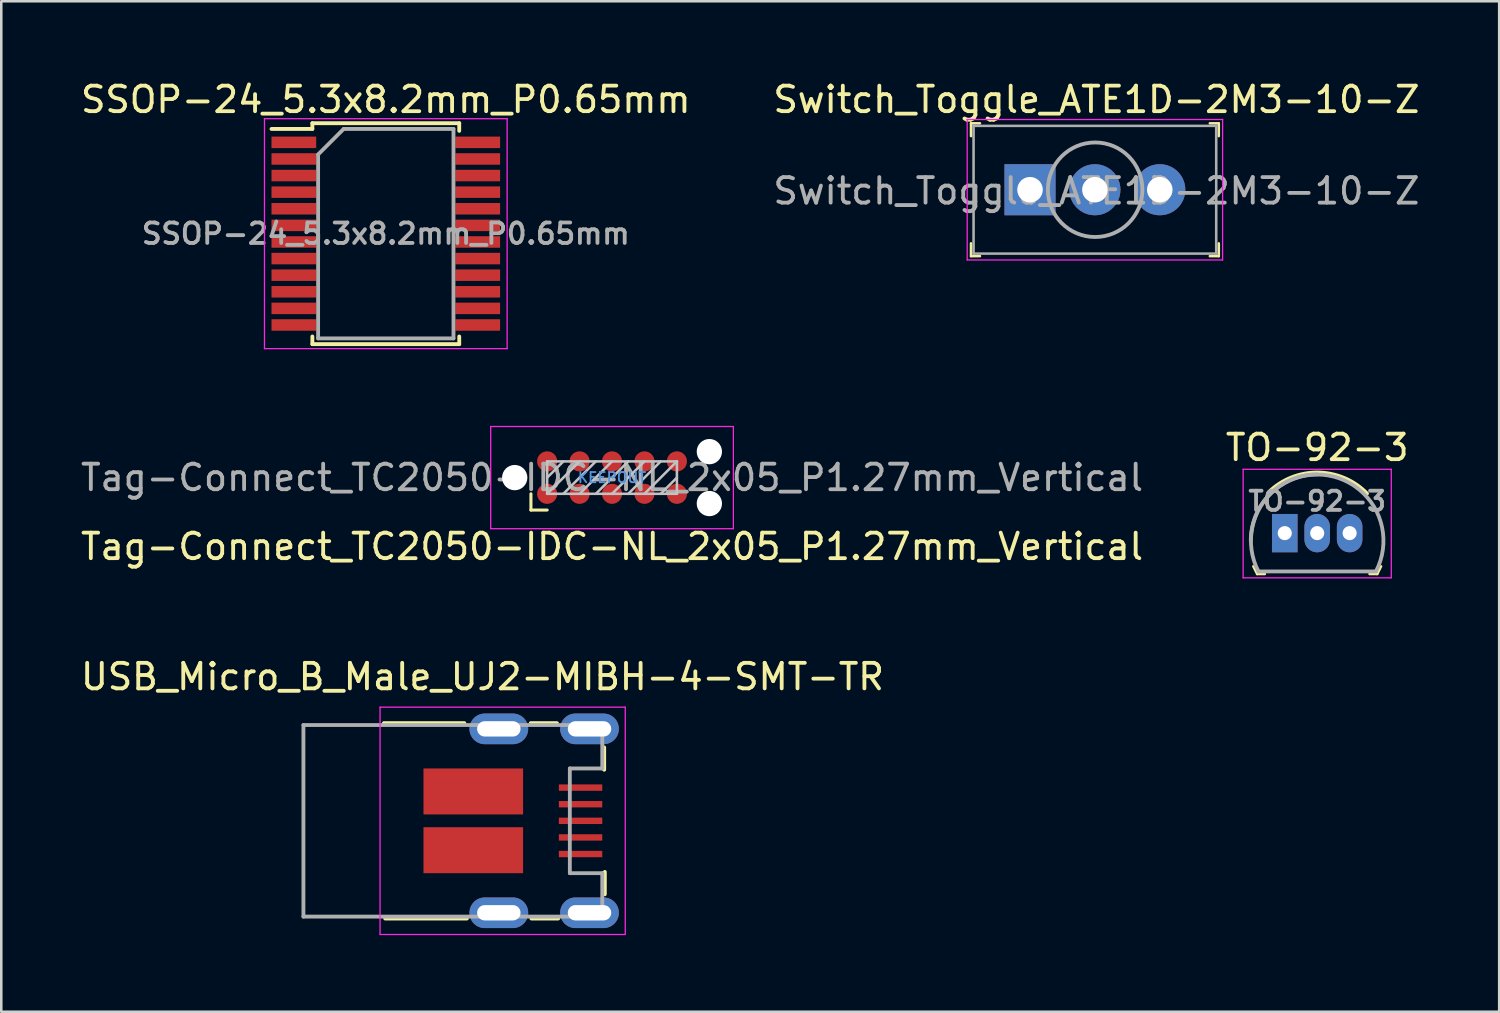
<source format=kicad_pcb>
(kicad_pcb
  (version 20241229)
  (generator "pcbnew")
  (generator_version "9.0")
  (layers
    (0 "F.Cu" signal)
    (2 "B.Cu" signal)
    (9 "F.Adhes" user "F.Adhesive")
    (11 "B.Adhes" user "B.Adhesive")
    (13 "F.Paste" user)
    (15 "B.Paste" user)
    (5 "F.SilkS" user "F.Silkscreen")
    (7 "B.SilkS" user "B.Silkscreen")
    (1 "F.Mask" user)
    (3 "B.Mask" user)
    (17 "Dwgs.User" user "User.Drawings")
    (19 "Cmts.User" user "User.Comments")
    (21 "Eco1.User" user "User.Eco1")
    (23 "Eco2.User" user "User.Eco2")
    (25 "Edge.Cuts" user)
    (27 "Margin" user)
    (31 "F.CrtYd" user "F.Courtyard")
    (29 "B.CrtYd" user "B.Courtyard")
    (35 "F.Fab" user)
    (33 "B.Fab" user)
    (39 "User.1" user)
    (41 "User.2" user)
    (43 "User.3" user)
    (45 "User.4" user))
  (footprint "Switch_Toggle_ATE1D-2M3-10-Z"
    (layer "F.Cu")
    (at 39.815 4.378)
    (property "Reference" "Switch_Toggle_ATE1D-2M3-10-Z" (at 0.06 -3.53 0) (layer "F.SilkS") (effects (font (size 1 1) (thickness 0.15))))
    (attr through_hole)
    (fp_line (start -4.85 -2.6) (end -4.85 -2.1) (stroke (width 0.1) (type solid)) (layer "F.SilkS"))
    (fp_line (start -4.85 -2.6) (end -4.5 -2.6) (stroke (width 0.1) (type solid)) (layer "F.SilkS"))
    (fp_line (start -4.85 2.6) (end -4.85 2.1) (stroke (width 0.1) (type solid)) (layer "F.SilkS"))
    (fp_line (start -4.85 2.6) (end -4.5 2.6) (stroke (width 0.1) (type solid)) (layer "F.SilkS"))
    (fp_line (start 4.85 -2.6) (end 4.5 -2.6) (stroke (width 0.1) (type solid)) (layer "F.SilkS"))
    (fp_line (start 4.85 -2.6) (end 4.85 -2.1) (stroke (width 0.1) (type solid)) (layer "F.SilkS"))
    (fp_line (start 4.85 2.6) (end 4.5 2.6) (stroke (width 0.1) (type solid)) (layer "F.SilkS"))
    (fp_line (start 4.85 2.6) (end 4.85 2.1) (stroke (width 0.1) (type solid)) (layer "F.SilkS"))
    (fp_line (start -5 -2.75) (end 5 -2.75) (stroke (width 0.05) (type solid)) (layer "F.CrtYd"))
    (fp_line (start -5 2.75) (end -5 -2.75) (stroke (width 0.05) (type solid)) (layer "F.CrtYd"))
    (fp_line (start -5 2.75) (end 5 2.75) (stroke (width 0.05) (type solid)) (layer "F.CrtYd"))
    (fp_line (start 5 -2.75) (end 5 2.75) (stroke (width 0.05) (type solid)) (layer "F.CrtYd"))
    (fp_line (start -4.75 -2.5) (end -4.75 2.5) (stroke (width 0.1) (type solid)) (layer "F.Fab"))
    (fp_line (start -4.75 -2.5) (end 4.75 -2.5) (stroke (width 0.1) (type solid)) (layer "F.Fab"))
    (fp_line (start -4.75 2.5) (end 4.75 2.5) (stroke (width 0.1) (type solid)) (layer "F.Fab"))
    (fp_line (start 4.75 -2.5) (end 4.75 2.5) (stroke (width 0.1) (type solid)) (layer "F.Fab"))
    (fp_circle (center 0.01 0) (end 1.46 1.15) (stroke (width 0.15) (type solid)) (fill no) (layer "F.Fab"))
    (fp_text user "${REFERENCE}" (at 0.06 0.05 0) (layer "F.Fab") (effects (font (size 1 1) (thickness 0.15))))
    (pad "1" thru_hole rect (at -2.54 0) (size 2 2) (drill 1) (layers "*.Cu" "*.Mask"))
    (pad "2" thru_hole circle (at 0 0) (size 2 2) (drill 1) (layers "*.Cu" "*.Mask"))
    (pad "3" thru_hole circle (at 2.54 0) (size 2 2) (drill 1) (layers "*.Cu" "*.Mask")))
  (footprint "SSOP-24_5.3x8.2mm_P0.65mm"
    (layer "F.Cu")
    (at 12.054 6.098)
    (property "Reference" "SSOP-24_5.3x8.2mm_P0.65mm" (at 0 -5.25 0) (layer "F.SilkS") (effects (font (size 1 1) (thickness 0.15))))
    (attr smd)
    (fp_line (start -2.875 -4.325) (end -2.875 -4.1) (stroke (width 0.15) (type solid)) (layer "F.SilkS"))
    (fp_line (start -2.875 -4.325) (end 2.875 -4.325) (stroke (width 0.15) (type solid)) (layer "F.SilkS"))
    (fp_line (start -2.875 -4.1) (end -4.475 -4.1) (stroke (width 0.15) (type solid)) (layer "F.SilkS"))
    (fp_line (start -2.875 4.325) (end -2.875 4.025) (stroke (width 0.15) (type solid)) (layer "F.SilkS"))
    (fp_line (start -2.875 4.325) (end 2.875 4.325) (stroke (width 0.15) (type solid)) (layer "F.SilkS"))
    (fp_line (start 2.875 -4.325) (end 2.875 -4.025) (stroke (width 0.15) (type solid)) (layer "F.SilkS"))
    (fp_line (start 2.875 4.325) (end 2.875 4.025) (stroke (width 0.15) (type solid)) (layer "F.SilkS"))
    (fp_line (start -4.75 -4.5) (end -4.75 4.5) (stroke (width 0.05) (type solid)) (layer "F.CrtYd"))
    (fp_line (start -4.75 -4.5) (end 4.75 -4.5) (stroke (width 0.05) (type solid)) (layer "F.CrtYd"))
    (fp_line (start -4.75 4.5) (end 4.75 4.5) (stroke (width 0.05) (type solid)) (layer "F.CrtYd"))
    (fp_line (start 4.75 -4.5) (end 4.75 4.5) (stroke (width 0.05) (type solid)) (layer "F.CrtYd"))
    (fp_line (start -2.65 -3.1) (end -1.65 -4.1) (stroke (width 0.15) (type solid)) (layer "F.Fab"))
    (fp_line (start -2.65 4.1) (end -2.65 -3.1) (stroke (width 0.15) (type solid)) (layer "F.Fab"))
    (fp_line (start -1.65 -4.1) (end 2.65 -4.1) (stroke (width 0.15) (type solid)) (layer "F.Fab"))
    (fp_line (start 2.65 -4.1) (end 2.65 4.1) (stroke (width 0.15) (type solid)) (layer "F.Fab"))
    (fp_line (start 2.65 4.1) (end -2.65 4.1) (stroke (width 0.15) (type solid)) (layer "F.Fab"))
    (fp_text user "${REFERENCE}" (at 0 0 0) (layer "F.Fab") (effects (font (size 0.8 0.8) (thickness 0.15))))
    (pad "1" smd rect (at -3.6 -3.575) (size 1.75 0.45) (layers "F.Cu" "F.Mask" "F.Paste"))
    (pad "2" smd rect (at -3.6 -2.925) (size 1.75 0.45) (layers "F.Cu" "F.Mask" "F.Paste"))
    (pad "3" smd rect (at -3.6 -2.275) (size 1.75 0.45) (layers "F.Cu" "F.Mask" "F.Paste"))
    (pad "4" smd rect (at -3.6 -1.625) (size 1.75 0.45) (layers "F.Cu" "F.Mask" "F.Paste"))
    (pad "5" smd rect (at -3.6 -0.975) (size 1.75 0.45) (layers "F.Cu" "F.Mask" "F.Paste"))
    (pad "6" smd rect (at -3.6 -0.325) (size 1.75 0.45) (layers "F.Cu" "F.Mask" "F.Paste"))
    (pad "7" smd rect (at -3.6 0.325) (size 1.75 0.45) (layers "F.Cu" "F.Mask" "F.Paste"))
    (pad "8" smd rect (at -3.6 0.975) (size 1.75 0.45) (layers "F.Cu" "F.Mask" "F.Paste"))
    (pad "9" smd rect (at -3.6 1.625) (size 1.75 0.45) (layers "F.Cu" "F.Mask" "F.Paste"))
    (pad "10" smd rect (at -3.6 2.275) (size 1.75 0.45) (layers "F.Cu" "F.Mask" "F.Paste"))
    (pad "11" smd rect (at -3.6 2.925) (size 1.75 0.45) (layers "F.Cu" "F.Mask" "F.Paste"))
    (pad "12" smd rect (at -3.6 3.575) (size 1.75 0.45) (layers "F.Cu" "F.Mask" "F.Paste"))
    (pad "13" smd rect (at 3.6 3.575) (size 1.75 0.45) (layers "F.Cu" "F.Mask" "F.Paste"))
    (pad "14" smd rect (at 3.6 2.925) (size 1.75 0.45) (layers "F.Cu" "F.Mask" "F.Paste"))
    (pad "15" smd rect (at 3.6 2.275) (size 1.75 0.45) (layers "F.Cu" "F.Mask" "F.Paste"))
    (pad "16" smd rect (at 3.6 1.625) (size 1.75 0.45) (layers "F.Cu" "F.Mask" "F.Paste"))
    (pad "17" smd rect (at 3.6 0.975) (size 1.75 0.45) (layers "F.Cu" "F.Mask" "F.Paste"))
    (pad "18" smd rect (at 3.6 0.325) (size 1.75 0.45) (layers "F.Cu" "F.Mask" "F.Paste"))
    (pad "19" smd rect (at 3.6 -0.325) (size 1.75 0.45) (layers "F.Cu" "F.Mask" "F.Paste"))
    (pad "20" smd rect (at 3.6 -0.975) (size 1.75 0.45) (layers "F.Cu" "F.Mask" "F.Paste"))
    (pad "21" smd rect (at 3.6 -1.625) (size 1.75 0.45) (layers "F.Cu" "F.Mask" "F.Paste"))
    (pad "22" smd rect (at 3.6 -2.275) (size 1.75 0.45) (layers "F.Cu" "F.Mask" "F.Paste"))
    (pad "23" smd rect (at 3.6 -2.925) (size 1.75 0.45) (layers "F.Cu" "F.Mask" "F.Paste"))
    (pad "24" smd rect (at 3.6 -3.575) (size 1.75 0.45) (layers "F.Cu" "F.Mask" "F.Paste")))
  (footprint "Tag-Connect_TC2050-IDC-NL_2x05_P1.27mm_Vertical"
    (layer "F.Cu")
    (at 20.911 15.648)
    (property "Reference" "Tag-Connect_TC2050-IDC-NL_2x05_P1.27mm_Vertical" (at 0 2.7 0) (layer "F.SilkS") (effects (font (size 1 1) (thickness 0.15))))
    (attr exclude_from_pos_files exclude_from_bom)
    (fp_line (start -3.175 1.27) (end -3.175 0.635) (stroke (width 0.12) (type solid)) (layer "F.SilkS"))
    (fp_line (start -2.54 1.27) (end -3.175 1.27) (stroke (width 0.12) (type solid)) (layer "F.SilkS"))
    (fp_line (start -2.54 -0.635) (end 2.54 -0.635) (stroke (width 0.1) (type solid)) (layer "Dwgs.User"))
    (fp_line (start -2.54 0) (end -1.905 -0.635) (stroke (width 0.1) (type solid)) (layer "Dwgs.User"))
    (fp_line (start -2.54 0.635) (end -2.54 -0.635) (stroke (width 0.1) (type solid)) (layer "Dwgs.User"))
    (fp_line (start -2.54 0.635) (end -1.27 -0.635) (stroke (width 0.1) (type solid)) (layer "Dwgs.User"))
    (fp_line (start -1.905 0.635) (end -0.635 -0.635) (stroke (width 0.1) (type solid)) (layer "Dwgs.User"))
    (fp_line (start -1.27 0.635) (end 0 -0.635) (stroke (width 0.1) (type solid)) (layer "Dwgs.User"))
    (fp_line (start -0.635 0.635) (end 0.635 -0.635) (stroke (width 0.1) (type solid)) (layer "Dwgs.User"))
    (fp_line (start 0 0.635) (end 1.27 -0.635) (stroke (width 0.1) (type solid)) (layer "Dwgs.User"))
    (fp_line (start 0.635 0.635) (end 1.905 -0.635) (stroke (width 0.1) (type solid)) (layer "Dwgs.User"))
    (fp_line (start 1.27 0.635) (end 2.54 -0.635) (stroke (width 0.1) (type solid)) (layer "Dwgs.User"))
    (fp_line (start 1.905 0.635) (end 2.54 0) (stroke (width 0.1) (type solid)) (layer "Dwgs.User"))
    (fp_line (start 2.54 -0.635) (end 2.54 0.635) (stroke (width 0.1) (type solid)) (layer "Dwgs.User"))
    (fp_line (start 2.54 0.635) (end -2.54 0.635) (stroke (width 0.1) (type solid)) (layer "Dwgs.User"))
    (fp_line (start -4.75 -2) (end 4.75 -2) (stroke (width 0.05) (type solid)) (layer "F.CrtYd"))
    (fp_line (start -4.75 2) (end -4.75 -2) (stroke (width 0.05) (type solid)) (layer "F.CrtYd"))
    (fp_line (start 4.75 -2) (end 4.75 2) (stroke (width 0.05) (type solid)) (layer "F.CrtYd"))
    (fp_line (start 4.75 2) (end -4.75 2) (stroke (width 0.05) (type solid)) (layer "F.CrtYd"))
    (fp_text user "KEEPOUT" (at 0 0 0) (layer "Cmts.User") (effects (font (size 0.4 0.4) (thickness 0.07))))
    (fp_text user "${REFERENCE}" (at 0 0 0) (layer "F.Fab") (effects (font (size 1 1) (thickness 0.15))))
    (pad "" np_thru_hole circle (at -3.81 0) (size 0.991 0.991) (drill 0.991) (layers "*.Cu" "*.Mask"))
    (pad "" np_thru_hole circle (at 3.81 -1.016) (size 0.991 0.991) (drill 0.991) (layers "*.Cu" "*.Mask"))
    (pad "" np_thru_hole circle (at 3.81 1.016) (size 0.991 0.991) (drill 0.991) (layers "*.Cu" "*.Mask"))
    (pad "1" connect circle (at -2.54 0.635) (size 0.787 0.787) (layers "F.Cu" "F.Mask"))
    (pad "2" connect circle (at -1.27 0.635) (size 0.787 0.787) (layers "F.Cu" "F.Mask"))
    (pad "3" connect circle (at 0 0.635) (size 0.787 0.787) (layers "F.Cu" "F.Mask"))
    (pad "4" connect circle (at 1.27 0.635) (size 0.787 0.787) (layers "F.Cu" "F.Mask"))
    (pad "5" connect circle (at 2.54 0.635) (size 0.787 0.787) (layers "F.Cu" "F.Mask"))
    (pad "6" connect circle (at 2.54 -0.635) (size 0.787 0.787) (layers "F.Cu" "F.Mask"))
    (pad "7" connect circle (at 1.27 -0.635) (size 0.787 0.787) (layers "F.Cu" "F.Mask"))
    (pad "8" connect circle (at 0 -0.635) (size 0.787 0.787) (layers "F.Cu" "F.Mask"))
    (pad "9" connect circle (at -1.27 -0.635) (size 0.787 0.787) (layers "F.Cu" "F.Mask"))
    (pad "10" connect circle (at -2.54 -0.635) (size 0.787 0.787) (layers "F.Cu" "F.Mask")))
  (footprint "USB_Micro_B_Male_UJ2-MIBH-4-SMT-TR"
    (layer "F.Cu")
    (at 11.829 29.085)
    (property "Reference" "USB_Micro_B_Male_UJ2-MIBH-4-SMT-TR" (at 4.01 -5.64 0) (layer "F.SilkS") (effects (font (size 1 1) (thickness 0.15))))
    (attr through_hole)
    (fp_line (start 0.15 -3.825) (end 3.3 -3.825) (stroke (width 0.15) (type solid)) (layer "F.SilkS"))
    (fp_line (start 3.4 3.825) (end 0.2 3.825) (stroke (width 0.15) (type solid)) (layer "F.SilkS"))
    (fp_line (start 5.9 -3.825) (end 6.925 -3.825) (stroke (width 0.15) (type solid)) (layer "F.SilkS"))
    (fp_line (start 6.975 3.825) (end 5.925 3.825) (stroke (width 0.15) (type solid)) (layer "F.SilkS"))
    (fp_line (start 8.775 -2.875) (end 8.775 -2) (stroke (width 0.15) (type solid)) (layer "F.SilkS"))
    (fp_line (start 8.8 2) (end 8.8 2.875) (stroke (width 0.15) (type solid)) (layer "F.SilkS"))
    (fp_line (start 0 -4.45) (end 0 4.45) (stroke (width 0.05) (type solid)) (layer "F.CrtYd"))
    (fp_line (start 0 -4.45) (end 9.6 -4.45) (stroke (width 0.05) (type solid)) (layer "F.CrtYd"))
    (fp_line (start 0 4.45) (end 9.6 4.45) (stroke (width 0.05) (type solid)) (layer "F.CrtYd"))
    (fp_line (start 9.6 -4.45) (end 9.6 4.45) (stroke (width 0.05) (type solid)) (layer "F.CrtYd"))
    (fp_line (start -3 -3.75) (end -3 3.75) (stroke (width 0.15) (type solid)) (layer "F.Fab"))
    (fp_line (start -3 -3.75) (end 8.7 -3.75) (stroke (width 0.15) (type solid)) (layer "F.Fab"))
    (fp_line (start -3 3.75) (end 8.7 3.75) (stroke (width 0.15) (type solid)) (layer "F.Fab"))
    (fp_line (start 7.43 -2.05) (end 7.43 2.05) (stroke (width 0.15) (type solid)) (layer "F.Fab"))
    (fp_line (start 8.7 -3.75) (end 8.7 -2.05) (stroke (width 0.15) (type solid)) (layer "F.Fab"))
    (fp_line (start 8.7 -2.05) (end 7.43 -2.05) (stroke (width 0.15) (type solid)) (layer "F.Fab"))
    (fp_line (start 8.7 2.05) (end 7.43 2.05) (stroke (width 0.15) (type solid)) (layer "F.Fab"))
    (fp_line (start 8.7 2.05) (end 8.7 3.75) (stroke (width 0.15) (type solid)) (layer "F.Fab"))
    (pad "1" smd rect (at 7.85 -1.3) (size 1.7 0.25) (layers "F.Cu" "F.Mask" "F.Paste"))
    (pad "2" smd rect (at 7.85 -0.65) (size 1.7 0.25) (layers "F.Cu" "F.Mask" "F.Paste"))
    (pad "3" smd rect (at 7.85 0) (size 1.7 0.25) (layers "F.Cu" "F.Mask" "F.Paste"))
    (pad "4" smd rect (at 7.85 0.65) (size 1.7 0.25) (layers "F.Cu" "F.Mask" "F.Paste"))
    (pad "5" smd rect (at 7.85 1.3) (size 1.7 0.25) (layers "F.Cu" "F.Mask" "F.Paste"))
    (pad "SH" smd rect (at 3.65 -1.15) (size 3.9 1.8) (layers "F.Cu" "F.Mask" "F.Paste"))
    (pad "SH" smd rect (at 3.65 1.15) (size 3.9 1.8) (layers "F.Cu" "F.Mask" "F.Paste"))
    (pad "SH" thru_hole oval (at 4.65 -3.6) (size 2.3 1.2) (drill oval 1.7 0.6) (layers "*.Cu" "*.Mask"))
    (pad "SH" thru_hole oval (at 4.65 3.6) (size 2.3 1.2) (drill oval 1.7 0.6) (layers "*.Cu" "*.Mask"))
    (pad "SH" thru_hole oval (at 8.2 -3.6) (size 2.3 1.2) (drill oval 1.7 0.6) (layers "*.Cu" "*.Mask"))
    (pad "SH" thru_hole oval (at 8.2 3.6) (size 2.3 1.2) (drill oval 1.7 0.6) (layers "*.Cu" "*.Mask")))
  (footprint "TO-92-3"
    (layer "F.Cu")
    (at 47.248 17.822)
    (property "Reference" "TO-92-3" (at 1.27 -3.35 0) (layer "F.SilkS") (effects (font (size 1 1) (thickness 0.15))))
    (attr through_hole)
    (fp_line (start -1.08 1.6) (end -1.23 1.3) (stroke (width 0.1) (type solid)) (layer "F.SilkS"))
    (fp_line (start -0.78 1.6) (end -1.08 1.6) (stroke (width 0.1) (type solid)) (layer "F.SilkS"))
    (fp_line (start 3.62 1.6) (end 3.32 1.6) (stroke (width 0.1) (type solid)) (layer "F.SilkS"))
    (fp_line (start 3.62 1.6) (end 3.77 1.3) (stroke (width 0.1) (type solid)) (layer "F.SilkS"))
    (fp_arc (start -0.63 -1.6) (mid 1.305355 -2.372361) (end 3.22 -1.55) (stroke (width 0.15) (type solid)) (layer "F.SilkS"))
    (fp_line (start -1.63 -2.5) (end 4.17 -2.5) (stroke (width 0.05) (type solid)) (layer "F.CrtYd"))
    (fp_line (start -1.63 1.75) (end -1.63 -2.5) (stroke (width 0.05) (type solid)) (layer "F.CrtYd"))
    (fp_line (start -1.63 1.75) (end 4.17 1.75) (stroke (width 0.05) (type solid)) (layer "F.CrtYd"))
    (fp_line (start 4.17 1.75) (end 4.17 -2.5) (stroke (width 0.05) (type solid)) (layer "F.CrtYd"))
    (fp_line (start 3.57 1.5) (end -1.03 1.5) (stroke (width 0.15) (type solid)) (layer "F.Fab"))
    (fp_arc (start -1.33 0.3) (mid -0.568478 -1.538478) (end 1.27 -2.3) (stroke (width 0.15) (type solid)) (layer "F.Fab"))
    (fp_arc (start -1.03 1.5) (mid 1.267609 -2.294223) (end 3.572208 1.495758) (stroke (width 0.15) (type solid)) (layer "F.Fab"))
    (fp_text user "${REFERENCE}" (at 1.27 -1.25 180) (layer "F.Fab") (effects (font (size 0.75 0.75) (thickness 0.15))))
    (pad "1" thru_hole rect (at 0 0 180) (size 1 1.5) (drill 0.55) (layers "*.Cu" "*.Mask"))
    (pad "2" thru_hole oval (at 1.27 0 180) (size 1 1.5) (drill 0.55) (layers "*.Cu" "*.Mask"))
    (pad "3" thru_hole oval (at 2.54 0 180) (size 1 1.5) (drill 0.55) (layers "*.Cu" "*.Mask")))
  (gr_rect
    (start -3 -3)
    (end 55.643 36.56)
    (stroke (width 0.1) (type default))
    (fill no)
    (layer "Edge.Cuts")))
</source>
